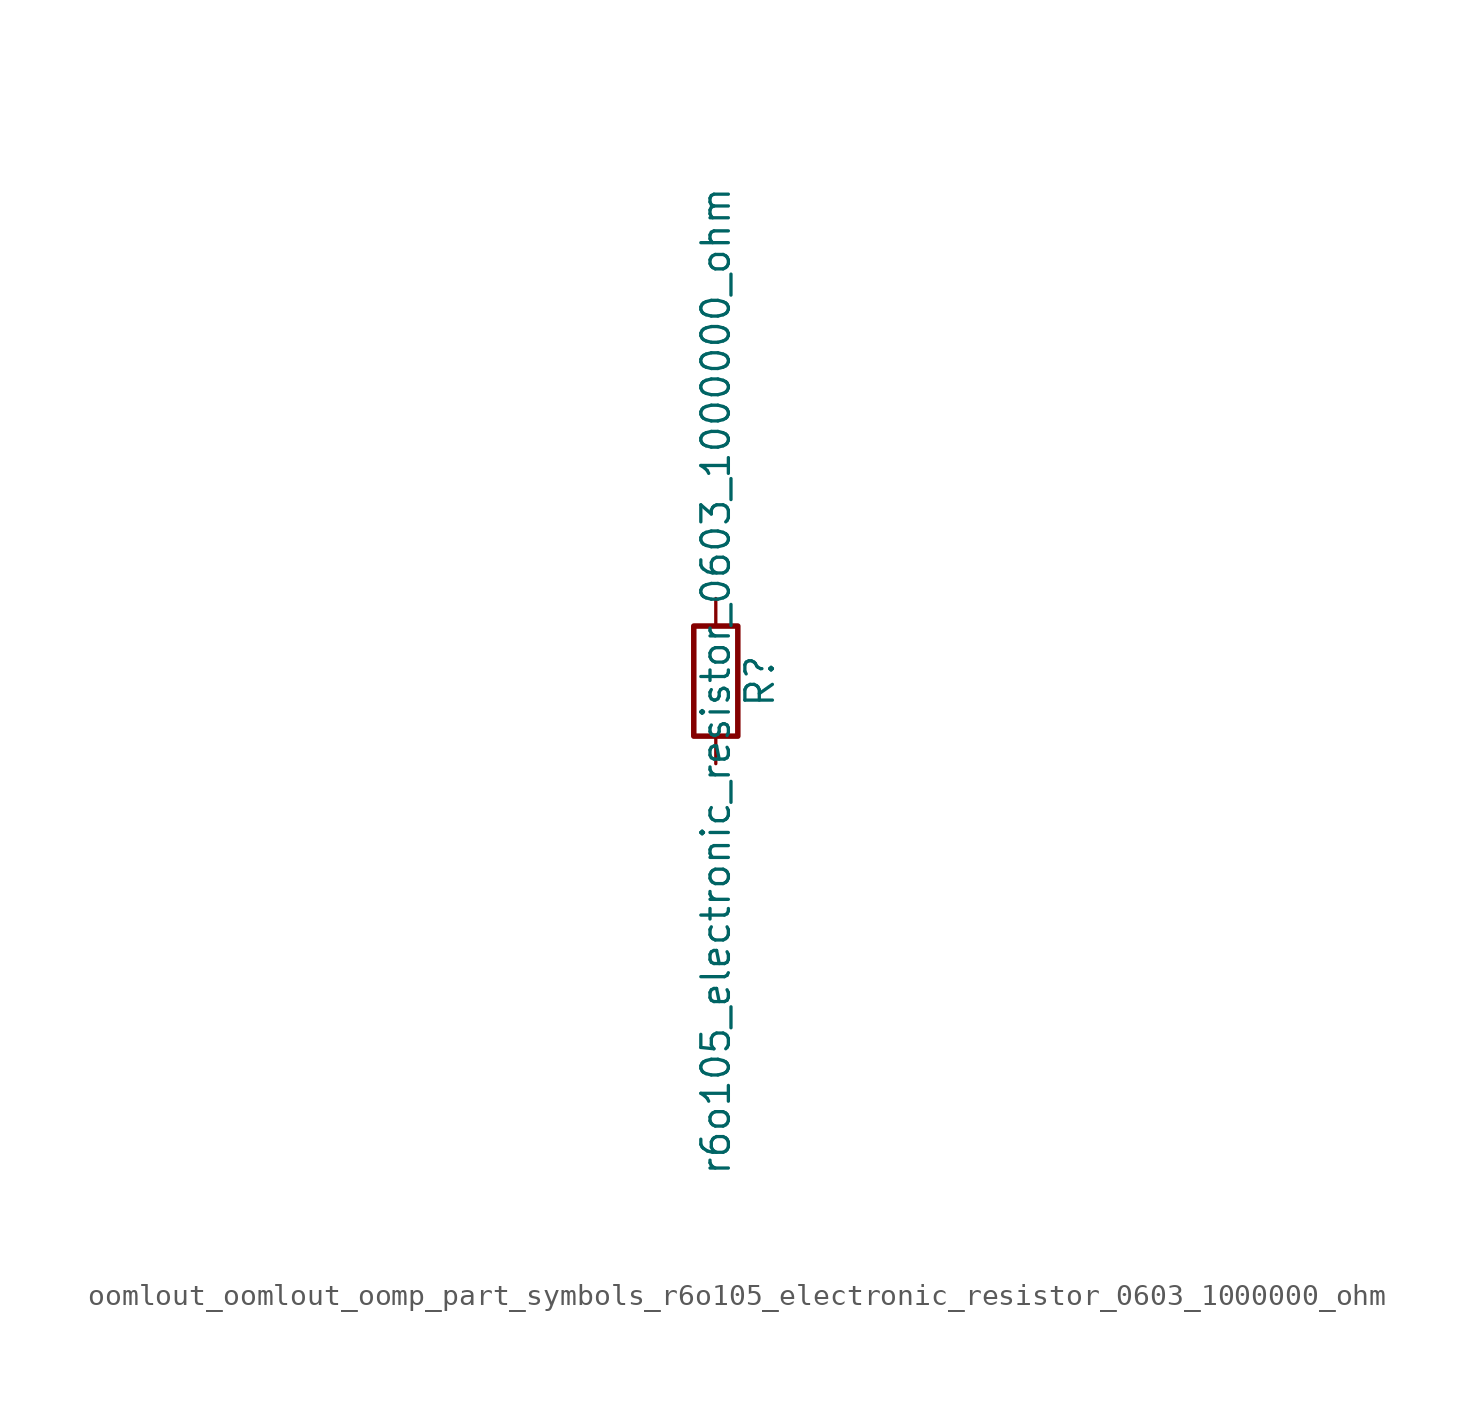
<source format=kicad_sym>
(kicad_symbol_lib
  (version 20220914)
  (generator kicad_symbol_editor)
  (symbol "oomlout_oomlout_oomp_part_symbols_r6o105_electronic_resistor_0603_1000000_ohm"
    (pin_numbers hide)
    (pin_names
      (offset 0))
    (property "Reference" "R"
      (at 2.032 0 90)
      (effects (font (size 1.27 1.27))))
    (property "Value" "r6o105_electronic_resistor_0603_1000000_ohm"
      (at 0 0 90)
      (effects (font (size 1.27 1.27))))
    (symbol "oomlout_oomlout_oomp_part_symbols_r6o105_electronic_resistor_0603_1000000_ohm_0_1"
      (rectangle (start -1.016 -2.54) (end 1.016 2.54) (stroke (width 0.254) (type default)) (fill (type none))))
    (symbol "oomlout_oomlout_oomp_part_symbols_r6o105_electronic_resistor_0603_1000000_ohm_1_1"
      (pin passive line (at 0 3.81 270) (length 1.27) (name "~" (effects (font (size 1.27 1.27)))) (number "1" (effects (font (size 1.27 1.27)))))
      (pin passive line (at 0 -3.81 90) (length 1.27) (name "~" (effects (font (size 1.27 1.27)))) (number "2" (effects (font (size 1.27 1.27))))))))
</source>
